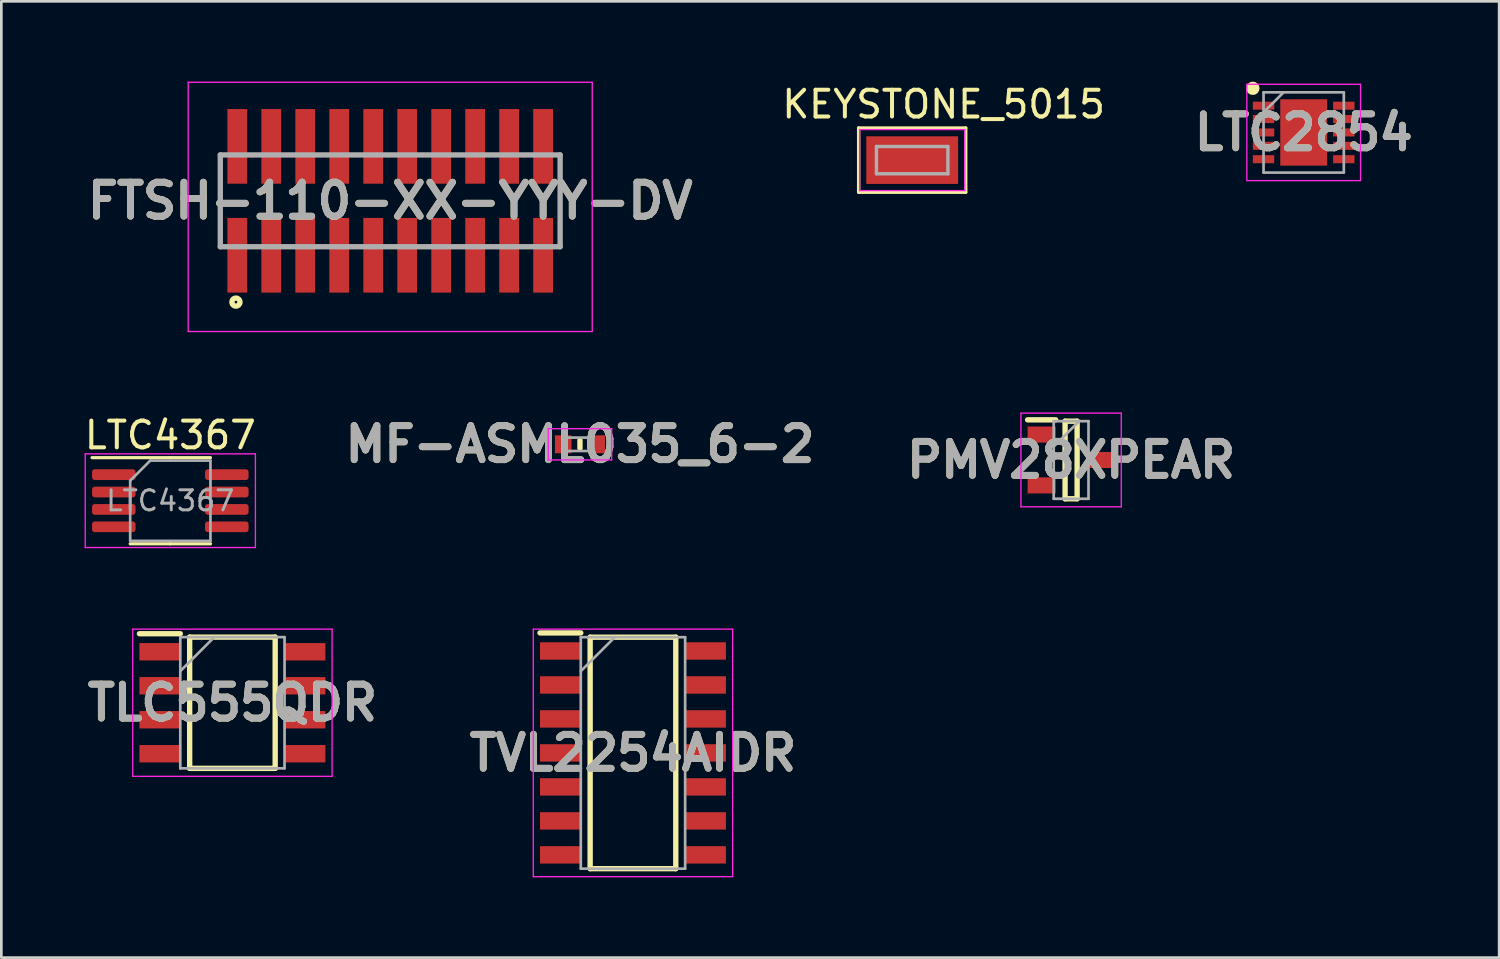
<source format=kicad_pcb>
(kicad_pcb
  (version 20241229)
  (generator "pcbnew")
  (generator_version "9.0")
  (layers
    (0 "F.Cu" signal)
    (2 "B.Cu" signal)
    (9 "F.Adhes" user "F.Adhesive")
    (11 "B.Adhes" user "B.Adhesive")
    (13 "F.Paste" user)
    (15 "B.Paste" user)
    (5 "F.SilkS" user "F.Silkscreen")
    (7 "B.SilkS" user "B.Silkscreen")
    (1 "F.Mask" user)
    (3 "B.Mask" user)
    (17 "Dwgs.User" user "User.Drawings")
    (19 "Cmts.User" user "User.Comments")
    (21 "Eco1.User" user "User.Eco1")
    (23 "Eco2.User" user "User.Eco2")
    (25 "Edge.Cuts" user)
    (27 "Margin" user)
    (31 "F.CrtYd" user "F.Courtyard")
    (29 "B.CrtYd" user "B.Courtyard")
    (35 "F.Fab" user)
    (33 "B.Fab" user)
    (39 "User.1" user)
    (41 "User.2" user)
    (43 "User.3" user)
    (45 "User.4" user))
  (footprint "LTC4367"
    (layer "F.Cu")
    (at 3.315 15.663)
    (property "Reference" "LTC4367" (at 0 -2.45 0) (layer "F.SilkS") (effects (font (size 1 1) (thickness 0.15))))
    (attr smd)
    (fp_line (start 0 -1.61) (end -2.925 -1.61) (stroke (width 0.12) (type solid)) (layer "F.SilkS"))
    (fp_line (start 0 -1.61) (end 1.5 -1.61) (stroke (width 0.12) (type solid)) (layer "F.SilkS"))
    (fp_line (start 0 1.61) (end -1.5 1.61) (stroke (width 0.12) (type solid)) (layer "F.SilkS"))
    (fp_line (start 0 1.61) (end 1.5 1.61) (stroke (width 0.12) (type solid)) (layer "F.SilkS"))
    (fp_line (start -3.18 -1.75) (end -3.18 1.75) (stroke (width 0.05) (type solid)) (layer "F.CrtYd"))
    (fp_line (start -3.18 1.75) (end 3.18 1.75) (stroke (width 0.05) (type solid)) (layer "F.CrtYd"))
    (fp_line (start 3.18 -1.75) (end -3.18 -1.75) (stroke (width 0.05) (type solid)) (layer "F.CrtYd"))
    (fp_line (start 3.18 1.75) (end 3.18 -1.75) (stroke (width 0.05) (type solid)) (layer "F.CrtYd"))
    (fp_line (start -1.5 -0.75) (end -0.75 -1.5) (stroke (width 0.1) (type solid)) (layer "F.Fab"))
    (fp_line (start -1.5 1.5) (end -1.5 -0.75) (stroke (width 0.1) (type solid)) (layer "F.Fab"))
    (fp_line (start -0.75 -1.5) (end 1.5 -1.5) (stroke (width 0.1) (type solid)) (layer "F.Fab"))
    (fp_line (start 1.5 -1.5) (end 1.5 1.5) (stroke (width 0.1) (type solid)) (layer "F.Fab"))
    (fp_line (start 1.5 1.5) (end -1.5 1.5) (stroke (width 0.1) (type solid)) (layer "F.Fab"))
    (fp_text user "${REFERENCE}" (at 0 0 0) (layer "F.Fab") (effects (font (size 0.75 0.75) (thickness 0.11))))
    (pad "1" smd roundrect (at -2.112 -0.975) (size 1.625 0.4) (layers "F.Cu" "F.Mask" "F.Paste") (roundrect_rratio 0.25))
    (pad "2" smd roundrect (at -2.112 -0.325) (size 1.625 0.4) (layers "F.Cu" "F.Mask" "F.Paste") (roundrect_rratio 0.25))
    (pad "3" smd roundrect (at -2.112 0.325) (size 1.625 0.4) (layers "F.Cu" "F.Mask" "F.Paste") (roundrect_rratio 0.25))
    (pad "4" smd roundrect (at -2.112 0.975) (size 1.625 0.4) (layers "F.Cu" "F.Mask" "F.Paste") (roundrect_rratio 0.25))
    (pad "5" smd roundrect (at 2.112 0.975) (size 1.625 0.4) (layers "F.Cu" "F.Mask" "F.Paste") (roundrect_rratio 0.25))
    (pad "6" smd roundrect (at 2.112 0.325) (size 1.625 0.4) (layers "F.Cu" "F.Mask" "F.Paste") (roundrect_rratio 0.25))
    (pad "7" smd roundrect (at 2.112 -0.325) (size 1.625 0.4) (layers "F.Cu" "F.Mask" "F.Paste") (roundrect_rratio 0.25))
    (pad "8" smd roundrect (at 2.112 -0.975) (size 1.625 0.4) (layers "F.Cu" "F.Mask" "F.Paste") (roundrect_rratio 0.25)))
  (footprint "LTC2854"
    (layer "F.Cu")
    (at 45.671 1.9)
    (property "Reference" "LTC2854" (at 0 0 0) (layer "F.SilkS") (effects (font (size 1.27 1.27) (thickness 0.254))))
    (attr smd)
    (fp_circle (center -1.9 -1.65) (end -1.9 -1.525) (stroke (width 0.25) (type solid)) (fill no) (layer "F.SilkS"))
    (fp_line (start -2.125 -1.8) (end 2.125 -1.8) (stroke (width 0.05) (type solid)) (layer "F.CrtYd"))
    (fp_line (start -2.125 1.8) (end -2.125 -1.8) (stroke (width 0.05) (type solid)) (layer "F.CrtYd"))
    (fp_line (start 2.125 -1.8) (end 2.125 1.8) (stroke (width 0.05) (type solid)) (layer "F.CrtYd"))
    (fp_line (start 2.125 1.8) (end -2.125 1.8) (stroke (width 0.05) (type solid)) (layer "F.CrtYd"))
    (fp_line (start -1.5 -1.5) (end 1.5 -1.5) (stroke (width 0.1) (type solid)) (layer "F.Fab"))
    (fp_line (start -1.5 -0.75) (end -0.75 -1.5) (stroke (width 0.1) (type solid)) (layer "F.Fab"))
    (fp_line (start -1.5 1.5) (end -1.5 -1.5) (stroke (width 0.1) (type solid)) (layer "F.Fab"))
    (fp_line (start 1.5 -1.5) (end 1.5 1.5) (stroke (width 0.1) (type solid)) (layer "F.Fab"))
    (fp_line (start 1.5 1.5) (end -1.5 1.5) (stroke (width 0.1) (type solid)) (layer "F.Fab"))
    (fp_text user "${REFERENCE}" (at 0 0 0) (layer "F.Fab") (effects (font (size 1.27 1.27) (thickness 0.254))))
    (pad "1" smd rect (at -1.5 -1 90) (size 0.3 0.8) (layers "F.Cu" "F.Mask" "F.Paste"))
    (pad "2" smd rect (at -1.5 -0.5 90) (size 0.3 0.8) (layers "F.Cu" "F.Mask" "F.Paste"))
    (pad "3" smd rect (at -1.5 0 90) (size 0.3 0.8) (layers "F.Cu" "F.Mask" "F.Paste"))
    (pad "4" smd rect (at -1.5 0.5 90) (size 0.3 0.8) (layers "F.Cu" "F.Mask" "F.Paste"))
    (pad "5" smd rect (at -1.5 1 90) (size 0.3 0.8) (layers "F.Cu" "F.Mask" "F.Paste"))
    (pad "6" smd rect (at 1.5 1 90) (size 0.3 0.8) (layers "F.Cu" "F.Mask" "F.Paste"))
    (pad "7" smd rect (at 1.5 0.5 90) (size 0.3 0.8) (layers "F.Cu" "F.Mask" "F.Paste"))
    (pad "8" smd rect (at 1.5 0 90) (size 0.3 0.8) (layers "F.Cu" "F.Mask" "F.Paste"))
    (pad "9" smd rect (at 1.5 -0.5 90) (size 0.3 0.8) (layers "F.Cu" "F.Mask" "F.Paste"))
    (pad "10" smd rect (at 1.5 -1 90) (size 0.3 0.8) (layers "F.Cu" "F.Mask" "F.Paste"))
    (pad "11" smd rect (at 0 0) (size 1.75 2.48) (layers "F.Cu" "F.Mask" "F.Paste")))
  (footprint "TLC555QDR"
    (layer "F.Cu")
    (at 5.636 23.213)
    (property "Reference" "TLC555QDR" (at 0 0 0) (layer "F.SilkS") (effects (font (size 1.27 1.27) (thickness 0.254))))
    (attr smd)
    (fp_line (start -3.475 -2.58) (end -1.948 -2.58) (stroke (width 0.2) (type solid)) (layer "F.SilkS"))
    (fp_line (start -1.598 -2.452) (end 1.598 -2.452) (stroke (width 0.2) (type solid)) (layer "F.SilkS"))
    (fp_line (start -1.598 2.452) (end -1.598 -2.452) (stroke (width 0.2) (type solid)) (layer "F.SilkS"))
    (fp_line (start 1.598 -2.452) (end 1.598 2.452) (stroke (width 0.2) (type solid)) (layer "F.SilkS"))
    (fp_line (start 1.598 2.452) (end -1.598 2.452) (stroke (width 0.2) (type solid)) (layer "F.SilkS"))
    (fp_line (start -3.725 -2.75) (end 3.725 -2.75) (stroke (width 0.05) (type solid)) (layer "F.CrtYd"))
    (fp_line (start -3.725 2.75) (end -3.725 -2.75) (stroke (width 0.05) (type solid)) (layer "F.CrtYd"))
    (fp_line (start 3.725 -2.75) (end 3.725 2.75) (stroke (width 0.05) (type solid)) (layer "F.CrtYd"))
    (fp_line (start 3.725 2.75) (end -3.725 2.75) (stroke (width 0.05) (type solid)) (layer "F.CrtYd"))
    (fp_line (start -1.948 -2.452) (end 1.948 -2.452) (stroke (width 0.1) (type solid)) (layer "F.Fab"))
    (fp_line (start -1.948 -1.182) (end -0.678 -2.452) (stroke (width 0.1) (type solid)) (layer "F.Fab"))
    (fp_line (start -1.948 2.452) (end -1.948 -2.452) (stroke (width 0.1) (type solid)) (layer "F.Fab"))
    (fp_line (start 1.948 -2.452) (end 1.948 2.452) (stroke (width 0.1) (type solid)) (layer "F.Fab"))
    (fp_line (start 1.948 2.452) (end -1.948 2.452) (stroke (width 0.1) (type solid)) (layer "F.Fab"))
    (fp_text user "${REFERENCE}" (at 0 0 0) (layer "F.Fab") (effects (font (size 1.27 1.27) (thickness 0.254))))
    (pad "1" smd rect (at -2.711 -1.905 90) (size 0.65 1.528) (layers "F.Cu" "F.Mask" "F.Paste"))
    (pad "2" smd rect (at -2.711 -0.635 90) (size 0.65 1.528) (layers "F.Cu" "F.Mask" "F.Paste"))
    (pad "3" smd rect (at -2.711 0.635 90) (size 0.65 1.528) (layers "F.Cu" "F.Mask" "F.Paste"))
    (pad "4" smd rect (at -2.711 1.905 90) (size 0.65 1.528) (layers "F.Cu" "F.Mask" "F.Paste"))
    (pad "5" smd rect (at 2.711 1.905 90) (size 0.65 1.528) (layers "F.Cu" "F.Mask" "F.Paste"))
    (pad "6" smd rect (at 2.711 0.635 90) (size 0.65 1.528) (layers "F.Cu" "F.Mask" "F.Paste"))
    (pad "7" smd rect (at 2.711 -0.635 90) (size 0.65 1.528) (layers "F.Cu" "F.Mask" "F.Paste"))
    (pad "8" smd rect (at 2.711 -1.905 90) (size 0.65 1.528) (layers "F.Cu" "F.Mask" "F.Paste")))
  (footprint "KEYSTONE_5015"
    (layer "F.Cu")
    (at 31.04 2.934)
    (property "Reference" "KEYSTONE_5015" (at 1.175 -2.085 0) (layer "F.SilkS") (effects (font (size 1 1) (thickness 0.15))))
    (attr through_hole)
    (fp_line (start -2 -1.2) (end 2 -1.2) (stroke (width 0.127) (type solid)) (layer "F.SilkS"))
    (fp_line (start -2 1.2) (end -2 -1.2) (stroke (width 0.127) (type solid)) (layer "F.SilkS"))
    (fp_line (start 2 -1.2) (end 2 1.2) (stroke (width 0.127) (type solid)) (layer "F.SilkS"))
    (fp_line (start 2 1.2) (end -2 1.2) (stroke (width 0.127) (type solid)) (layer "F.SilkS"))
    (fp_line (start -1.965 -1.14) (end -1.965 1.14) (stroke (width 0.05) (type solid)) (layer "F.CrtYd"))
    (fp_line (start -1.965 1.14) (end 1.965 1.14) (stroke (width 0.05) (type solid)) (layer "F.CrtYd"))
    (fp_line (start 1.965 -1.14) (end -1.965 -1.14) (stroke (width 0.05) (type solid)) (layer "F.CrtYd"))
    (fp_line (start 1.965 1.14) (end 1.965 -1.14) (stroke (width 0.05) (type solid)) (layer "F.CrtYd"))
    (fp_line (start -1.335 -0.51) (end 1.335 -0.51) (stroke (width 0.127) (type solid)) (layer "F.Fab"))
    (fp_line (start -1.335 0.51) (end -1.335 -0.51) (stroke (width 0.127) (type solid)) (layer "F.Fab"))
    (fp_line (start 1.335 -0.51) (end 1.335 0.51) (stroke (width 0.127) (type solid)) (layer "F.Fab"))
    (fp_line (start 1.335 0.51) (end -1.335 0.51) (stroke (width 0.127) (type solid)) (layer "F.Fab"))
    (pad "1" smd rect (at 0 0) (size 3.43 1.78) (layers "F.Cu" "F.Mask" "F.Paste")))
  (footprint "MF-ASML035_6-2"
    (layer "F.Cu")
    (at 18.624 13.554)
    (property "Reference" "MF-ASML035_6-2" (at 0 0 0) (layer "F.SilkS") (effects (font (size 1.27 1.27) (thickness 0.254))))
    (attr smd)
    (fp_line (start 0 -0.15) (end 0 0.15) (stroke (width 0.2) (type solid)) (layer "F.SilkS"))
    (fp_line (start -1.185 -0.585) (end 1.185 -0.585) (stroke (width 0.05) (type solid)) (layer "F.CrtYd"))
    (fp_line (start -1.185 0.585) (end -1.185 -0.585) (stroke (width 0.05) (type solid)) (layer "F.CrtYd"))
    (fp_line (start 1.185 -0.585) (end 1.185 0.585) (stroke (width 0.05) (type solid)) (layer "F.CrtYd"))
    (fp_line (start 1.185 0.585) (end -1.185 0.585) (stroke (width 0.05) (type solid)) (layer "F.CrtYd"))
    (fp_line (start -0.5 -0.25) (end 0.5 -0.25) (stroke (width 0.1) (type solid)) (layer "F.Fab"))
    (fp_line (start -0.5 0.25) (end -0.5 -0.25) (stroke (width 0.1) (type solid)) (layer "F.Fab"))
    (fp_line (start 0.5 -0.25) (end 0.5 0.25) (stroke (width 0.1) (type solid)) (layer "F.Fab"))
    (fp_line (start 0.5 0.25) (end -0.5 0.25) (stroke (width 0.1) (type solid)) (layer "F.Fab"))
    (fp_text user "${REFERENCE}" (at 0 0 0) (layer "F.Fab") (effects (font (size 1.27 1.27) (thickness 0.254))))
    (pad "1" smd rect (at -0.625 0) (size 0.62 0.67) (layers "F.Cu" "F.Mask" "F.Paste"))
    (pad "2" smd rect (at 0.625 0) (size 0.62 0.67) (layers "F.Cu" "F.Mask" "F.Paste")))
  (footprint "TVL2254AIDR"
    (layer "F.Cu")
    (at 20.605 25.088)
    (property "Reference" "TVL2254AIDR" (at 0 0 0) (layer "F.SilkS") (effects (font (size 1.27 1.27) (thickness 0.254))))
    (attr smd)
    (fp_line (start -3.475 -4.485) (end -1.95 -4.485) (stroke (width 0.2) (type solid)) (layer "F.SilkS"))
    (fp_line (start -1.6 -4.325) (end 1.6 -4.325) (stroke (width 0.2) (type solid)) (layer "F.SilkS"))
    (fp_line (start -1.6 4.325) (end -1.6 -4.325) (stroke (width 0.2) (type solid)) (layer "F.SilkS"))
    (fp_line (start 1.6 -4.325) (end 1.6 4.325) (stroke (width 0.2) (type solid)) (layer "F.SilkS"))
    (fp_line (start 1.6 4.325) (end -1.6 4.325) (stroke (width 0.2) (type solid)) (layer "F.SilkS"))
    (fp_line (start -3.725 -4.625) (end 3.725 -4.625) (stroke (width 0.05) (type solid)) (layer "F.CrtYd"))
    (fp_line (start -3.725 4.625) (end -3.725 -4.625) (stroke (width 0.05) (type solid)) (layer "F.CrtYd"))
    (fp_line (start 3.725 -4.625) (end 3.725 4.625) (stroke (width 0.05) (type solid)) (layer "F.CrtYd"))
    (fp_line (start 3.725 4.625) (end -3.725 4.625) (stroke (width 0.05) (type solid)) (layer "F.CrtYd"))
    (fp_line (start -1.95 -4.325) (end 1.95 -4.325) (stroke (width 0.1) (type solid)) (layer "F.Fab"))
    (fp_line (start -1.95 -3.055) (end -0.68 -4.325) (stroke (width 0.1) (type solid)) (layer "F.Fab"))
    (fp_line (start -1.95 4.325) (end -1.95 -4.325) (stroke (width 0.1) (type solid)) (layer "F.Fab"))
    (fp_line (start 1.95 -4.325) (end 1.95 4.325) (stroke (width 0.1) (type solid)) (layer "F.Fab"))
    (fp_line (start 1.95 4.325) (end -1.95 4.325) (stroke (width 0.1) (type solid)) (layer "F.Fab"))
    (fp_text user "${REFERENCE}" (at 0 0 0) (layer "F.Fab") (effects (font (size 1.27 1.27) (thickness 0.254))))
    (pad "1" smd rect (at -2.712 -3.81 90) (size 0.65 1.525) (layers "F.Cu" "F.Mask" "F.Paste"))
    (pad "2" smd rect (at -2.712 -2.54 90) (size 0.65 1.525) (layers "F.Cu" "F.Mask" "F.Paste"))
    (pad "3" smd rect (at -2.712 -1.27 90) (size 0.65 1.525) (layers "F.Cu" "F.Mask" "F.Paste"))
    (pad "4" smd rect (at -2.712 0 90) (size 0.65 1.525) (layers "F.Cu" "F.Mask" "F.Paste"))
    (pad "5" smd rect (at -2.712 1.27 90) (size 0.65 1.525) (layers "F.Cu" "F.Mask" "F.Paste"))
    (pad "6" smd rect (at -2.712 2.54 90) (size 0.65 1.525) (layers "F.Cu" "F.Mask" "F.Paste"))
    (pad "7" smd rect (at -2.712 3.81 90) (size 0.65 1.525) (layers "F.Cu" "F.Mask" "F.Paste"))
    (pad "8" smd rect (at 2.712 3.81 90) (size 0.65 1.525) (layers "F.Cu" "F.Mask" "F.Paste"))
    (pad "9" smd rect (at 2.712 2.54 90) (size 0.65 1.525) (layers "F.Cu" "F.Mask" "F.Paste"))
    (pad "10" smd rect (at 2.712 1.27 90) (size 0.65 1.525) (layers "F.Cu" "F.Mask" "F.Paste"))
    (pad "11" smd rect (at 2.712 0 90) (size 0.65 1.525) (layers "F.Cu" "F.Mask" "F.Paste"))
    (pad "12" smd rect (at 2.712 -1.27 90) (size 0.65 1.525) (layers "F.Cu" "F.Mask" "F.Paste"))
    (pad "13" smd rect (at 2.712 -2.54 90) (size 0.65 1.525) (layers "F.Cu" "F.Mask" "F.Paste"))
    (pad "14" smd rect (at 2.712 -3.81 90) (size 0.65 1.525) (layers "F.Cu" "F.Mask" "F.Paste")))
  (footprint "FTSH-110-XX-YYY-DV"
    (layer "F.Cu")
    (at 11.533 4.455)
    (property "Reference" "FTSH-110-XX-YYY-DV" (at 0 0 0) (layer "F.SilkS") (effects (font (size 1.27 1.27) (thickness 0.254))))
    (attr smd)
    (fp_line (start -6.35 1.715) (end -6.35 -1.715) (stroke (width 0.1) (type solid)) (layer "F.SilkS"))
    (fp_line (start 6.35 -1.715) (end 6.35 1.715) (stroke (width 0.1) (type solid)) (layer "F.SilkS"))
    (fp_circle (center -5.765 3.785) (end -5.765 3.835) (stroke (width 0.2) (type solid)) (fill no) (layer "F.SilkS"))
    (fp_line (start -7.55 -4.43) (end 7.55 -4.43) (stroke (width 0.05) (type solid)) (layer "F.CrtYd"))
    (fp_line (start -7.55 4.885) (end -7.55 -4.43) (stroke (width 0.05) (type solid)) (layer "F.CrtYd"))
    (fp_line (start 7.55 -4.43) (end 7.55 4.885) (stroke (width 0.05) (type solid)) (layer "F.CrtYd"))
    (fp_line (start 7.55 4.885) (end -7.55 4.885) (stroke (width 0.05) (type solid)) (layer "F.CrtYd"))
    (fp_line (start -6.35 -1.715) (end 6.35 -1.715) (stroke (width 0.2) (type solid)) (layer "F.Fab"))
    (fp_line (start -6.35 1.715) (end -6.35 -1.715) (stroke (width 0.2) (type solid)) (layer "F.Fab"))
    (fp_line (start 6.35 -1.715) (end 6.35 1.715) (stroke (width 0.2) (type solid)) (layer "F.Fab"))
    (fp_line (start 6.35 1.715) (end -6.35 1.715) (stroke (width 0.2) (type solid)) (layer "F.Fab"))
    (fp_text user "${REFERENCE}" (at 0 0 0) (layer "F.Fab") (effects (font (size 1.27 1.27) (thickness 0.254))))
    (pad "1" smd rect (at -5.715 2.035) (size 0.74 2.79) (layers "F.Cu" "F.Mask" "F.Paste"))
    (pad "2" smd rect (at -5.715 -2.035) (size 0.74 2.79) (layers "F.Cu" "F.Mask" "F.Paste"))
    (pad "3" smd rect (at -4.445 2.035) (size 0.74 2.79) (layers "F.Cu" "F.Mask" "F.Paste"))
    (pad "4" smd rect (at -4.445 -2.035) (size 0.74 2.79) (layers "F.Cu" "F.Mask" "F.Paste"))
    (pad "5" smd rect (at -3.175 2.035) (size 0.74 2.79) (layers "F.Cu" "F.Mask" "F.Paste"))
    (pad "6" smd rect (at -3.175 -2.035) (size 0.74 2.79) (layers "F.Cu" "F.Mask" "F.Paste"))
    (pad "7" smd rect (at -1.905 2.035) (size 0.74 2.79) (layers "F.Cu" "F.Mask" "F.Paste"))
    (pad "8" smd rect (at -1.905 -2.035) (size 0.74 2.79) (layers "F.Cu" "F.Mask" "F.Paste"))
    (pad "9" smd rect (at -0.635 2.035) (size 0.74 2.79) (layers "F.Cu" "F.Mask" "F.Paste"))
    (pad "10" smd rect (at -0.635 -2.035) (size 0.74 2.79) (layers "F.Cu" "F.Mask" "F.Paste"))
    (pad "11" smd rect (at 0.635 2.035) (size 0.74 2.79) (layers "F.Cu" "F.Mask" "F.Paste"))
    (pad "12" smd rect (at 0.635 -2.035) (size 0.74 2.79) (layers "F.Cu" "F.Mask" "F.Paste"))
    (pad "13" smd rect (at 1.905 2.035) (size 0.74 2.79) (layers "F.Cu" "F.Mask" "F.Paste"))
    (pad "14" smd rect (at 1.905 -2.035) (size 0.74 2.79) (layers "F.Cu" "F.Mask" "F.Paste"))
    (pad "15" smd rect (at 3.175 2.035) (size 0.74 2.79) (layers "F.Cu" "F.Mask" "F.Paste"))
    (pad "16" smd rect (at 3.175 -2.035) (size 0.74 2.79) (layers "F.Cu" "F.Mask" "F.Paste"))
    (pad "17" smd rect (at 4.445 2.035) (size 0.74 2.79) (layers "F.Cu" "F.Mask" "F.Paste"))
    (pad "18" smd rect (at 4.445 -2.035) (size 0.74 2.79) (layers "F.Cu" "F.Mask" "F.Paste"))
    (pad "19" smd rect (at 5.715 2.035) (size 0.74 2.79) (layers "F.Cu" "F.Mask" "F.Paste"))
    (pad "20" smd rect (at 5.715 -2.035) (size 0.74 2.79) (layers "F.Cu" "F.Mask" "F.Paste")))
  (footprint "PMV28XPEAR"
    (layer "F.Cu")
    (at 36.979 14.14)
    (property "Reference" "PMV28XPEAR" (at 0 0 0) (layer "F.SilkS") (effects (font (size 1.27 1.27) (thickness 0.254))))
    (attr smd)
    (fp_line (start -1.625 -1.5) (end -0.575 -1.5) (stroke (width 0.2) (type solid)) (layer "F.SilkS"))
    (fp_line (start -0.225 -1.45) (end 0.225 -1.45) (stroke (width 0.2) (type solid)) (layer "F.SilkS"))
    (fp_line (start -0.225 1.45) (end -0.225 -1.45) (stroke (width 0.2) (type solid)) (layer "F.SilkS"))
    (fp_line (start 0.225 -1.45) (end 0.225 1.45) (stroke (width 0.2) (type solid)) (layer "F.SilkS"))
    (fp_line (start 0.225 1.45) (end -0.225 1.45) (stroke (width 0.2) (type solid)) (layer "F.SilkS"))
    (fp_line (start -1.875 -1.75) (end 1.875 -1.75) (stroke (width 0.05) (type solid)) (layer "F.CrtYd"))
    (fp_line (start -1.875 1.75) (end -1.875 -1.75) (stroke (width 0.05) (type solid)) (layer "F.CrtYd"))
    (fp_line (start 1.875 -1.75) (end 1.875 1.75) (stroke (width 0.05) (type solid)) (layer "F.CrtYd"))
    (fp_line (start 1.875 1.75) (end -1.875 1.75) (stroke (width 0.05) (type solid)) (layer "F.CrtYd"))
    (fp_line (start -0.65 -1.45) (end 0.65 -1.45) (stroke (width 0.1) (type solid)) (layer "F.Fab"))
    (fp_line (start -0.65 -0.5) (end 0.3 -1.45) (stroke (width 0.1) (type solid)) (layer "F.Fab"))
    (fp_line (start -0.65 1.45) (end -0.65 -1.45) (stroke (width 0.1) (type solid)) (layer "F.Fab"))
    (fp_line (start 0.65 -1.45) (end 0.65 1.45) (stroke (width 0.1) (type solid)) (layer "F.Fab"))
    (fp_line (start 0.65 1.45) (end -0.65 1.45) (stroke (width 0.1) (type solid)) (layer "F.Fab"))
    (fp_text user "${REFERENCE}" (at 0 0 0) (layer "F.Fab") (effects (font (size 1.27 1.27) (thickness 0.254))))
    (pad "1" smd rect (at -1.1 -0.95 90) (size 0.6 1.05) (layers "F.Cu" "F.Mask" "F.Paste"))
    (pad "2" smd rect (at -1.1 0.95 90) (size 0.6 1.05) (layers "F.Cu" "F.Mask" "F.Paste"))
    (pad "3" smd rect (at 1.1 0 90) (size 0.6 1.05) (layers "F.Cu" "F.Mask" "F.Paste")))
  (gr_rect
    (start -3 -3)
    (end 52.976 32.738)
    (stroke (width 0.1) (type default))
    (fill no)
    (layer "Edge.Cuts")))
</source>
